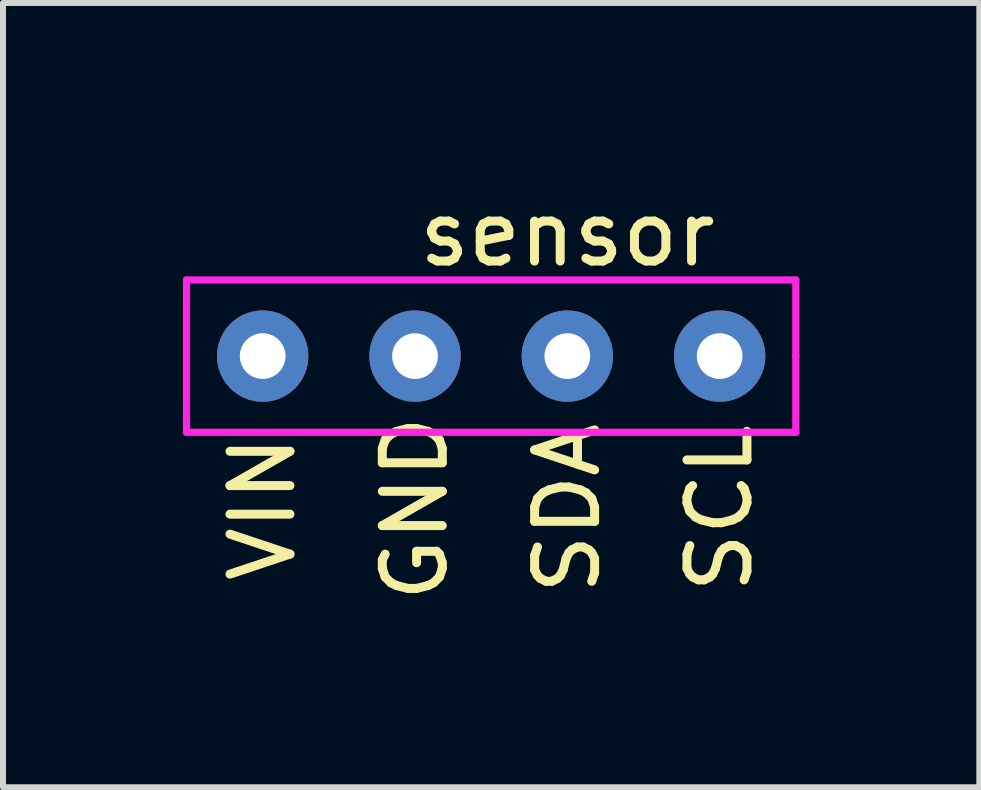
<source format=kicad_pcb>
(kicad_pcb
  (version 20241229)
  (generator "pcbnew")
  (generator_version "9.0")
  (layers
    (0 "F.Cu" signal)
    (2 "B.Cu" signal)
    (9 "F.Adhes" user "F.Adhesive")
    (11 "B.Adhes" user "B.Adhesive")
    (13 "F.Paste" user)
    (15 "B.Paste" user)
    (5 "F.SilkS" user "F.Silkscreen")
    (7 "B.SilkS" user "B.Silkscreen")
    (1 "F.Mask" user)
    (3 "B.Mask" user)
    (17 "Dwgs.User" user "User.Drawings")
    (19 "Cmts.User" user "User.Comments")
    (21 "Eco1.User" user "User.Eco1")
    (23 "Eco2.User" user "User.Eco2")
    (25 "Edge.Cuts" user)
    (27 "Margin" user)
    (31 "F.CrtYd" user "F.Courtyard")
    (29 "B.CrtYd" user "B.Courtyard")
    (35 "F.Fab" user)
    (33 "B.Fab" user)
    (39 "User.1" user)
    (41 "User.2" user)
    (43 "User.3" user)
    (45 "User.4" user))
  (footprint "sensor"
    (layer "F.Cu")
    (at 1.33 2.888)
    (property "Reference" "sensor" (at 5.08 -2.04 0) (layer "F.SilkS") (effects (font (size 1 1) (thickness 0.15))))
    (attr through_hole)
    (fp_line (start -1.27 -1.27) (end -1.27 1.27) (stroke (width 0.12) (type solid)) (layer "F.CrtYd"))
    (fp_line (start -1.27 1.27) (end 8.89 1.27) (stroke (width 0.12) (type solid)) (layer "F.CrtYd"))
    (fp_line (start 8.89 -1.27) (end -1.27 -1.27) (stroke (width 0.12) (type solid)) (layer "F.CrtYd"))
    (fp_line (start 8.89 0) (end 8.89 -1.27) (stroke (width 0.12) (type solid)) (layer "F.CrtYd"))
    (fp_line (start 8.89 1.27) (end 8.89 0) (stroke (width 0.12) (type solid)) (layer "F.CrtYd"))
    (fp_text user "GND" (at 2.54 2.54 90) (layer "F.SilkS") (effects (font (size 1 1) (thickness 0.15))))
    (fp_text user "SCL" (at 7.62 2.54 90) (layer "F.SilkS") (effects (font (size 1 1) (thickness 0.15))))
    (fp_text user "VIN" (at 0 2.54 90) (layer "F.SilkS") (effects (font (size 1 1) (thickness 0.15))))
    (fp_text user "SDA" (at 5.08 2.54 90) (layer "F.SilkS") (effects (font (size 1 1) (thickness 0.15))))
    (pad "1" thru_hole circle (at 0 0) (size 1.524 1.524) (drill 0.762) (layers "*.Cu" "*.Mask"))
    (pad "2" thru_hole circle (at 2.54 0) (size 1.524 1.524) (drill 0.762) (layers "*.Cu" "*.Mask"))
    (pad "3" thru_hole circle (at 5.08 0) (size 1.524 1.524) (drill 0.762) (layers "*.Cu" "*.Mask"))
    (pad "4" thru_hole circle (at 7.62 0) (size 1.524 1.524) (drill 0.762) (layers "*.Cu" "*.Mask")))
  (gr_rect
    (start -3 -3)
    (end 13.28 10.077)
    (stroke (width 0.1) (type default))
    (fill no)
    (layer "Edge.Cuts")))
</source>
